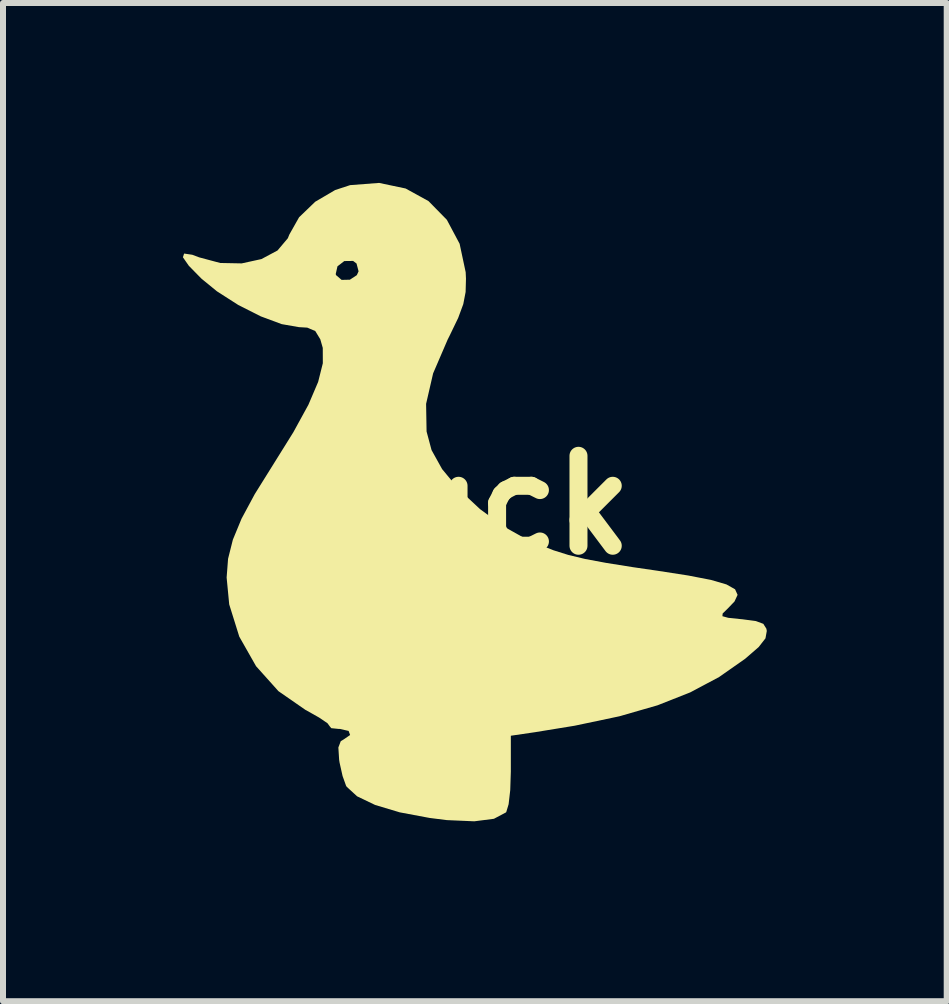
<source format=kicad_pcb>
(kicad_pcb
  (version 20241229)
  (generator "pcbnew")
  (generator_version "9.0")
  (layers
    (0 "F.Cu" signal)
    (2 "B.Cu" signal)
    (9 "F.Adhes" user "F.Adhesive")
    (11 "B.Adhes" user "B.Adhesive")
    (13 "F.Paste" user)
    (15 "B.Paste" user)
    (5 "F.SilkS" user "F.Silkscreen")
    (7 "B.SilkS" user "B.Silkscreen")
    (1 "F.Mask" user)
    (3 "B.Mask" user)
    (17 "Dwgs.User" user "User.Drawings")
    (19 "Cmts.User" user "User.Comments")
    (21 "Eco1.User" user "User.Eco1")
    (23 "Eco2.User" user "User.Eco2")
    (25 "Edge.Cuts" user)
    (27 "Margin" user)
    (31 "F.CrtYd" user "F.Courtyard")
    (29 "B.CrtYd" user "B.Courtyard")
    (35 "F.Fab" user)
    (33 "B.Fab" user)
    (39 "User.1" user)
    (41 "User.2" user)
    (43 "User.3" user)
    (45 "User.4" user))
  (footprint "duck"
    (layer "F.Cu")
    (at 4.846 5.372)
    (property "Reference" "duck" (at 0 0 0) (layer "F.SilkS") (effects (font (size 1.5 1.5) (thickness 0.3))))
    (attr board_only exclude_from_pos_files exclude_from_bom)
    (fp_poly (pts (xy -1.133 -5.279) (xy -0.751 -5.069) (xy -0.445 -4.757) (xy -0.232 -4.357) (xy -0.131 -3.883) (xy -0.126 -3.775) (xy -0.132 -3.553) (xy -0.171 -3.351) (xy -0.256 -3.121) (xy -0.402 -2.818) (xy -0.43 -2.763) (xy -0.674 -2.196) (xy -0.791 -1.688) (xy -0.783 -1.227) (xy -0.7 -0.917) (xy -0.524 -0.6) (xy -0.244 -0.262) (xy 0.108 0.067) (xy 0.499 0.355) (xy 0.839 0.545) (xy 1.097 0.661) (xy 1.334 0.754) (xy 1.579 0.831) (xy 1.862 0.899) (xy 2.211 0.964) (xy 2.656 1.035) (xy 3.061 1.094) (xy 3.578 1.174) (xy 3.96 1.248) (xy 4.217 1.323) (xy 4.361 1.404) (xy 4.403 1.497) (xy 4.352 1.607) (xy 4.237 1.727) (xy 4.154 1.808) (xy 4.15 1.853) (xy 4.248 1.88) (xy 4.469 1.903) (xy 4.475 1.903) (xy 4.708 1.934) (xy 4.832 1.98) (xy 4.883 2.061) (xy 4.89 2.099) (xy 4.868 2.222) (xy 4.754 2.368) (xy 4.53 2.562) (xy 4.529 2.563) (xy 4.095 2.867) (xy 3.614 3.123) (xy 3.067 3.339) (xy 2.431 3.522) (xy 1.687 3.679) (xy 1.025 3.787) (xy 0.622 3.846) (xy 0.622 4.444) (xy 0.612 4.752) (xy 0.585 4.988) (xy 0.546 5.118) (xy 0.54 5.125) (xy 0.34 5.231) (xy 0.012 5.273) (xy -0.445 5.253) (xy -0.732 5.217) (xy -1.233 5.123) (xy -1.642 5) (xy -1.942 4.856) (xy -2.115 4.697) (xy -2.126 4.679) (xy -2.184 4.517) (xy -2.234 4.293) (xy -2.241 4.247) (xy -2.254 4.042) (xy -2.214 3.937) (xy -2.166 3.908) (xy -2.058 3.834) (xy -2.083 3.766) (xy -2.226 3.733) (xy -2.245 3.733) (xy -2.372 3.72) (xy -2.397 3.69) (xy -2.435 3.638) (xy -2.575 3.543) (xy -2.787 3.423) (xy -2.803 3.415) (xy -3.253 3.103) (xy -3.626 2.687) (xy -3.906 2.194) (xy -4.074 1.656) (xy -4.117 1.208) (xy -4.093 0.895) (xy -4.013 0.577) (xy -3.868 0.226) (xy -3.648 -0.183) (xy -3.351 -0.659) (xy -3.005 -1.214) (xy -2.753 -1.674) (xy -2.591 -2.054) (xy -2.513 -2.365) (xy -2.514 -2.621) (xy -2.555 -2.764) (xy -2.639 -2.902) (xy -2.773 -2.959) (xy -2.911 -2.967) (xy -3.198 -3.017) (xy -3.548 -3.147) (xy -3.922 -3.336) (xy -4.278 -3.564) (xy -4.535 -3.774) (xy -4.612 -3.852) (xy -2.298 -3.852) (xy -2.292 -3.834) (xy -2.2 -3.755) (xy -2.062 -3.758) (xy -1.946 -3.834) (xy -1.917 -3.898) (xy -1.951 -4.028) (xy -2.008 -4.071) (xy -2.155 -4.069) (xy -2.269 -3.981) (xy -2.298 -3.852) (xy -4.612 -3.852) (xy -4.748 -3.991) (xy -4.846 -4.132) (xy -4.826 -4.194) (xy -4.69 -4.174) (xy -4.576 -4.131) (xy -4.224 -4.037) (xy -3.866 -4.03) (xy -3.537 -4.102) (xy -3.269 -4.245) (xy -3.096 -4.45) (xy -3.072 -4.51) (xy -2.909 -4.799) (xy -2.64 -5.058) (xy -2.308 -5.253) (xy -2.058 -5.335) (xy -1.575 -5.372)) (stroke (width 0) (type solid)) (fill yes) (layer "F.SilkS")))
  (gr_rect
    (start -3 -3)
    (end 12.736 13.645)
    (stroke (width 0.1) (type default))
    (fill no)
    (layer "Edge.Cuts")))
</source>
